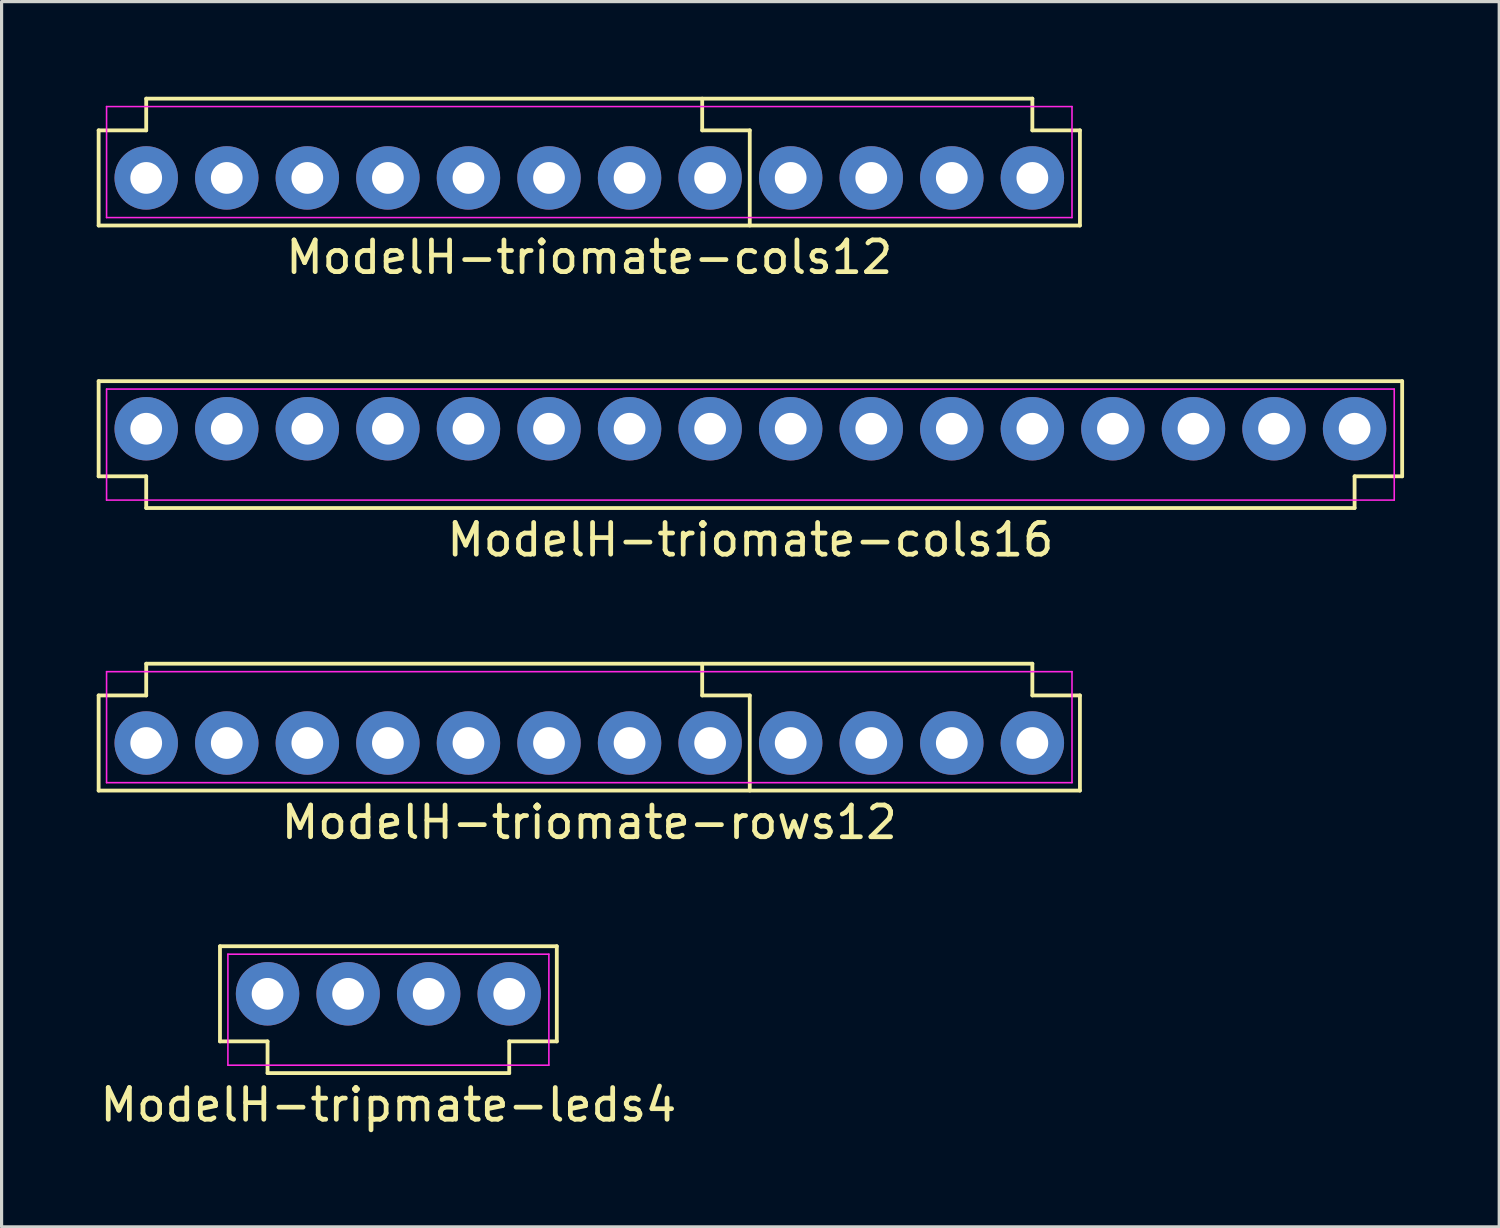
<source format=kicad_pcb>
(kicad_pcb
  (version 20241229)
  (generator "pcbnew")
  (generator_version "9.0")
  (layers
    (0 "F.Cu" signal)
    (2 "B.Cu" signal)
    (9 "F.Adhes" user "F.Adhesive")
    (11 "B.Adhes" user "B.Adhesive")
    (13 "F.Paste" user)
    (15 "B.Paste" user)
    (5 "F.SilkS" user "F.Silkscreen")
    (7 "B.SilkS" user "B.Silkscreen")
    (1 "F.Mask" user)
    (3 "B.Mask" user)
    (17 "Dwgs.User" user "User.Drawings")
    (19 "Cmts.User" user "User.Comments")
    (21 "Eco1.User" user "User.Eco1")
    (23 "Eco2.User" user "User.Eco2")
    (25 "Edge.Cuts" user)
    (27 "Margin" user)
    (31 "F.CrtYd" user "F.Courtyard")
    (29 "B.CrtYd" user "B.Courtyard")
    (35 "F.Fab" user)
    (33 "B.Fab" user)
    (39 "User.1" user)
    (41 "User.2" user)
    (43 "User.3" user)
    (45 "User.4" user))
  (footprint "ModelH-triomate-rows12"
    (layer "F.Cu")
    (at 15.53 19.377)
    (property "Reference" "ModelH-triomate-rows12" (at 0 3.5 0) (layer "F.SilkS") (effects (font (size 1 1) (thickness 0.15))))
    (attr through_hole)
    (fp_line (start -15.47 -0.5) (end -13.97 -0.5) (stroke (width 0.12) (type solid)) (layer "F.SilkS"))
    (fp_line (start -15.47 2.5) (end -15.47 -0.5) (stroke (width 0.12) (type solid)) (layer "F.SilkS"))
    (fp_line (start -13.97 -1.5) (end 13.97 -1.5) (stroke (width 0.12) (type solid)) (layer "F.SilkS"))
    (fp_line (start -13.97 -0.5) (end -13.97 -1.5) (stroke (width 0.12) (type solid)) (layer "F.SilkS"))
    (fp_line (start 3.56 -0.5) (end 3.56 -1.5) (stroke (width 0.12) (type solid)) (layer "F.SilkS"))
    (fp_line (start 5.06 -0.5) (end 3.56 -0.5) (stroke (width 0.12) (type solid)) (layer "F.SilkS"))
    (fp_line (start 5.06 2.5) (end 5.06 -0.5) (stroke (width 0.12) (type solid)) (layer "F.SilkS"))
    (fp_line (start 13.97 -1.5) (end 13.97 -0.5) (stroke (width 0.12) (type solid)) (layer "F.SilkS"))
    (fp_line (start 13.97 -0.5) (end 15.47 -0.5) (stroke (width 0.12) (type solid)) (layer "F.SilkS"))
    (fp_line (start 15.47 -0.5) (end 15.47 2.5) (stroke (width 0.12) (type solid)) (layer "F.SilkS"))
    (fp_line (start 15.47 2.5) (end -15.47 2.5) (stroke (width 0.12) (type solid)) (layer "F.SilkS"))
    (fp_line (start -15.22 -1.25) (end 15.22 -1.25) (stroke (width 0.05) (type solid)) (layer "F.CrtYd"))
    (fp_line (start -15.22 2.25) (end -15.22 -1.25) (stroke (width 0.05) (type solid)) (layer "F.CrtYd"))
    (fp_line (start 15.22 -1.25) (end 15.22 2.25) (stroke (width 0.05) (type solid)) (layer "F.CrtYd"))
    (fp_line (start 15.22 2.25) (end -15.22 2.25) (stroke (width 0.05) (type solid)) (layer "F.CrtYd"))
    (pad "1" thru_hole circle (at -13.97 1) (size 2 2) (drill 1) (layers "*.Cu" "*.Mask"))
    (pad "2" thru_hole circle (at -11.43 1) (size 2 2) (drill 1) (layers "*.Cu" "*.Mask"))
    (pad "3" thru_hole circle (at -8.89 1) (size 2 2) (drill 1) (layers "*.Cu" "*.Mask"))
    (pad "4" thru_hole circle (at -6.35 1) (size 2 2) (drill 1) (layers "*.Cu" "*.Mask"))
    (pad "5" thru_hole circle (at -3.81 1) (size 2 2) (drill 1) (layers "*.Cu" "*.Mask"))
    (pad "6" thru_hole circle (at -1.27 1) (size 2 2) (drill 1) (layers "*.Cu" "*.Mask"))
    (pad "7" thru_hole circle (at 1.27 1) (size 2 2) (drill 1) (layers "*.Cu" "*.Mask"))
    (pad "8" thru_hole circle (at 3.81 1) (size 2 2) (drill 1) (layers "*.Cu" "*.Mask"))
    (pad "9" thru_hole circle (at 6.35 1) (size 2 2) (drill 1) (layers "*.Cu" "*.Mask"))
    (pad "10" thru_hole circle (at 8.89 1) (size 2 2) (drill 1) (layers "*.Cu" "*.Mask"))
    (pad "11" thru_hole circle (at 11.43 1) (size 2 2) (drill 1) (layers "*.Cu" "*.Mask"))
    (pad "12" thru_hole circle (at 13.97 1) (size 2 2) (drill 1) (layers "*.Cu" "*.Mask")))
  (footprint "ModelH-triomate-cols12"
    (layer "F.Cu")
    (at 15.53 1.56)
    (property "Reference" "ModelH-triomate-cols12" (at 0 3.5 0) (layer "F.SilkS") (effects (font (size 1 1) (thickness 0.15))))
    (attr through_hole)
    (fp_line (start -15.47 -0.5) (end -13.97 -0.5) (stroke (width 0.12) (type solid)) (layer "F.SilkS"))
    (fp_line (start -15.47 2.5) (end -15.47 -0.5) (stroke (width 0.12) (type solid)) (layer "F.SilkS"))
    (fp_line (start -13.97 -1.5) (end 13.97 -1.5) (stroke (width 0.12) (type solid)) (layer "F.SilkS"))
    (fp_line (start -13.97 -0.5) (end -13.97 -1.5) (stroke (width 0.12) (type solid)) (layer "F.SilkS"))
    (fp_line (start 3.56 -0.5) (end 3.56 -1.5) (stroke (width 0.12) (type solid)) (layer "F.SilkS"))
    (fp_line (start 5.06 -0.5) (end 3.56 -0.5) (stroke (width 0.12) (type solid)) (layer "F.SilkS"))
    (fp_line (start 5.06 2.5) (end 5.06 -0.5) (stroke (width 0.12) (type solid)) (layer "F.SilkS"))
    (fp_line (start 13.97 -1.5) (end 13.97 -0.5) (stroke (width 0.12) (type solid)) (layer "F.SilkS"))
    (fp_line (start 13.97 -0.5) (end 15.47 -0.5) (stroke (width 0.12) (type solid)) (layer "F.SilkS"))
    (fp_line (start 15.47 -0.5) (end 15.47 2.5) (stroke (width 0.12) (type solid)) (layer "F.SilkS"))
    (fp_line (start 15.47 2.5) (end -15.47 2.5) (stroke (width 0.12) (type solid)) (layer "F.SilkS"))
    (fp_line (start -15.22 -1.25) (end 15.22 -1.25) (stroke (width 0.05) (type solid)) (layer "F.CrtYd"))
    (fp_line (start -15.22 2.25) (end -15.22 -1.25) (stroke (width 0.05) (type solid)) (layer "F.CrtYd"))
    (fp_line (start 15.22 -1.25) (end 15.22 2.25) (stroke (width 0.05) (type solid)) (layer "F.CrtYd"))
    (fp_line (start 15.22 2.25) (end -15.22 2.25) (stroke (width 0.05) (type solid)) (layer "F.CrtYd"))
    (pad "1" thru_hole circle (at -13.97 1) (size 2 2) (drill 1) (layers "*.Cu" "*.Mask"))
    (pad "2" thru_hole circle (at -11.43 1) (size 2 2) (drill 1) (layers "*.Cu" "*.Mask"))
    (pad "3" thru_hole circle (at -8.89 1) (size 2 2) (drill 1) (layers "*.Cu" "*.Mask"))
    (pad "4" thru_hole circle (at -6.35 1) (size 2 2) (drill 1) (layers "*.Cu" "*.Mask"))
    (pad "5" thru_hole circle (at -3.81 1) (size 2 2) (drill 1) (layers "*.Cu" "*.Mask"))
    (pad "6" thru_hole circle (at -1.27 1) (size 2 2) (drill 1) (layers "*.Cu" "*.Mask"))
    (pad "7" thru_hole circle (at 1.27 1) (size 2 2) (drill 1) (layers "*.Cu" "*.Mask"))
    (pad "8" thru_hole circle (at 3.81 1) (size 2 2) (drill 1) (layers "*.Cu" "*.Mask"))
    (pad "9" thru_hole circle (at 6.35 1) (size 2 2) (drill 1) (layers "*.Cu" "*.Mask"))
    (pad "10" thru_hole circle (at 8.89 1) (size 2 2) (drill 1) (layers "*.Cu" "*.Mask"))
    (pad "11" thru_hole circle (at 11.43 1) (size 2 2) (drill 1) (layers "*.Cu" "*.Mask"))
    (pad "12" thru_hole circle (at 13.97 1) (size 2 2) (drill 1) (layers "*.Cu" "*.Mask")))
  (footprint "ModelH-tripmate-leds4"
    (layer "F.Cu")
    (at 9.196 28.285)
    (property "Reference" "ModelH-tripmate-leds4" (at 0 3.5 0) (layer "F.SilkS") (effects (font (size 1 1) (thickness 0.15))))
    (attr through_hole)
    (fp_line (start -5.31 -1.5) (end 5.31 -1.5) (stroke (width 0.12) (type solid)) (layer "F.SilkS"))
    (fp_line (start -5.31 1.5) (end -5.31 -1.5) (stroke (width 0.12) (type solid)) (layer "F.SilkS"))
    (fp_line (start -5.31 1.5) (end -3.81 1.5) (stroke (width 0.12) (type solid)) (layer "F.SilkS"))
    (fp_line (start -3.81 1.5) (end -3.81 2.5) (stroke (width 0.12) (type solid)) (layer "F.SilkS"))
    (fp_line (start 3.81 1.5) (end 3.81 2.5) (stroke (width 0.12) (type solid)) (layer "F.SilkS"))
    (fp_line (start 3.81 2.5) (end -3.81 2.5) (stroke (width 0.12) (type solid)) (layer "F.SilkS"))
    (fp_line (start 5.31 -1.5) (end 5.31 1.5) (stroke (width 0.12) (type solid)) (layer "F.SilkS"))
    (fp_line (start 5.31 1.5) (end 3.81 1.5) (stroke (width 0.12) (type solid)) (layer "F.SilkS"))
    (fp_line (start -5.06 -1.25) (end 5.06 -1.25) (stroke (width 0.05) (type solid)) (layer "F.CrtYd"))
    (fp_line (start -5.06 2.25) (end -5.06 -1.25) (stroke (width 0.05) (type solid)) (layer "F.CrtYd"))
    (fp_line (start 5.06 -1.25) (end 5.06 2.25) (stroke (width 0.05) (type solid)) (layer "F.CrtYd"))
    (fp_line (start 5.06 2.25) (end -5.06 2.25) (stroke (width 0.05) (type solid)) (layer "F.CrtYd"))
    (pad "1" thru_hole circle (at -3.81 0) (size 2 2) (drill 1) (layers "*.Cu" "*.Mask"))
    (pad "2" thru_hole circle (at -1.27 0) (size 2 2) (drill 1) (layers "*.Cu" "*.Mask"))
    (pad "3" thru_hole circle (at 1.27 0) (size 2 2) (drill 1) (layers "*.Cu" "*.Mask"))
    (pad "4" thru_hole circle (at 3.81 0) (size 2 2) (drill 1) (layers "*.Cu" "*.Mask")))
  (footprint "ModelH-triomate-cols16"
    (layer "F.Cu")
    (at 20.61 10.468)
    (property "Reference" "ModelH-triomate-cols16" (at 0 3.5 0) (layer "F.SilkS") (effects (font (size 1 1) (thickness 0.15))))
    (attr through_hole)
    (fp_line (start -20.55 -1.5) (end 20.55 -1.5) (stroke (width 0.12) (type solid)) (layer "F.SilkS"))
    (fp_line (start -20.55 1.5) (end -20.55 -1.5) (stroke (width 0.12) (type solid)) (layer "F.SilkS"))
    (fp_line (start -20.55 1.5) (end -19.05 1.5) (stroke (width 0.12) (type solid)) (layer "F.SilkS"))
    (fp_line (start -19.05 1.5) (end -19.05 2.5) (stroke (width 0.12) (type solid)) (layer "F.SilkS"))
    (fp_line (start 19.05 1.5) (end 19.05 2.5) (stroke (width 0.12) (type solid)) (layer "F.SilkS"))
    (fp_line (start 19.05 2.5) (end -19.05 2.5) (stroke (width 0.12) (type solid)) (layer "F.SilkS"))
    (fp_line (start 20.55 -1.5) (end 20.55 1.5) (stroke (width 0.12) (type solid)) (layer "F.SilkS"))
    (fp_line (start 20.55 1.5) (end 19.05 1.5) (stroke (width 0.12) (type solid)) (layer "F.SilkS"))
    (fp_line (start -20.3 -1.25) (end 20.3 -1.25) (stroke (width 0.05) (type solid)) (layer "F.CrtYd"))
    (fp_line (start -20.3 2.25) (end -20.3 -1.25) (stroke (width 0.05) (type solid)) (layer "F.CrtYd"))
    (fp_line (start 20.3 -1.25) (end 20.3 2.25) (stroke (width 0.05) (type solid)) (layer "F.CrtYd"))
    (fp_line (start 20.3 2.25) (end -20.3 2.25) (stroke (width 0.05) (type solid)) (layer "F.CrtYd"))
    (pad "1" thru_hole circle (at -19.05 0) (size 2 2) (drill 1) (layers "*.Cu" "*.Mask"))
    (pad "2" thru_hole circle (at -16.51 0) (size 2 2) (drill 1) (layers "*.Cu" "*.Mask"))
    (pad "3" thru_hole circle (at -13.97 0) (size 2 2) (drill 1) (layers "*.Cu" "*.Mask"))
    (pad "4" thru_hole circle (at -11.43 0) (size 2 2) (drill 1) (layers "*.Cu" "*.Mask"))
    (pad "5" thru_hole circle (at -8.89 0) (size 2 2) (drill 1) (layers "*.Cu" "*.Mask"))
    (pad "6" thru_hole circle (at -6.35 0) (size 2 2) (drill 1) (layers "*.Cu" "*.Mask"))
    (pad "7" thru_hole circle (at -3.81 0) (size 2 2) (drill 1) (layers "*.Cu" "*.Mask"))
    (pad "8" thru_hole circle (at -1.27 0) (size 2 2) (drill 1) (layers "*.Cu" "*.Mask"))
    (pad "9" thru_hole circle (at 1.27 0) (size 2 2) (drill 1) (layers "*.Cu" "*.Mask"))
    (pad "10" thru_hole circle (at 3.81 0) (size 2 2) (drill 1) (layers "*.Cu" "*.Mask"))
    (pad "11" thru_hole circle (at 6.35 0) (size 2 2) (drill 1) (layers "*.Cu" "*.Mask"))
    (pad "12" thru_hole circle (at 8.89 0) (size 2 2) (drill 1) (layers "*.Cu" "*.Mask"))
    (pad "13" thru_hole circle (at 11.43 0) (size 2 2) (drill 1) (layers "*.Cu" "*.Mask"))
    (pad "14" thru_hole circle (at 13.97 0) (size 2 2) (drill 1) (layers "*.Cu" "*.Mask"))
    (pad "15" thru_hole circle (at 16.51 0) (size 2 2) (drill 1) (layers "*.Cu" "*.Mask"))
    (pad "16" thru_hole circle (at 19.05 0) (size 2 2) (drill 1) (layers "*.Cu" "*.Mask")))
  (gr_rect
    (start -3 -3)
    (end 44.22 35.633)
    (stroke (width 0.1) (type default))
    (fill no)
    (layer "Edge.Cuts")))
</source>
